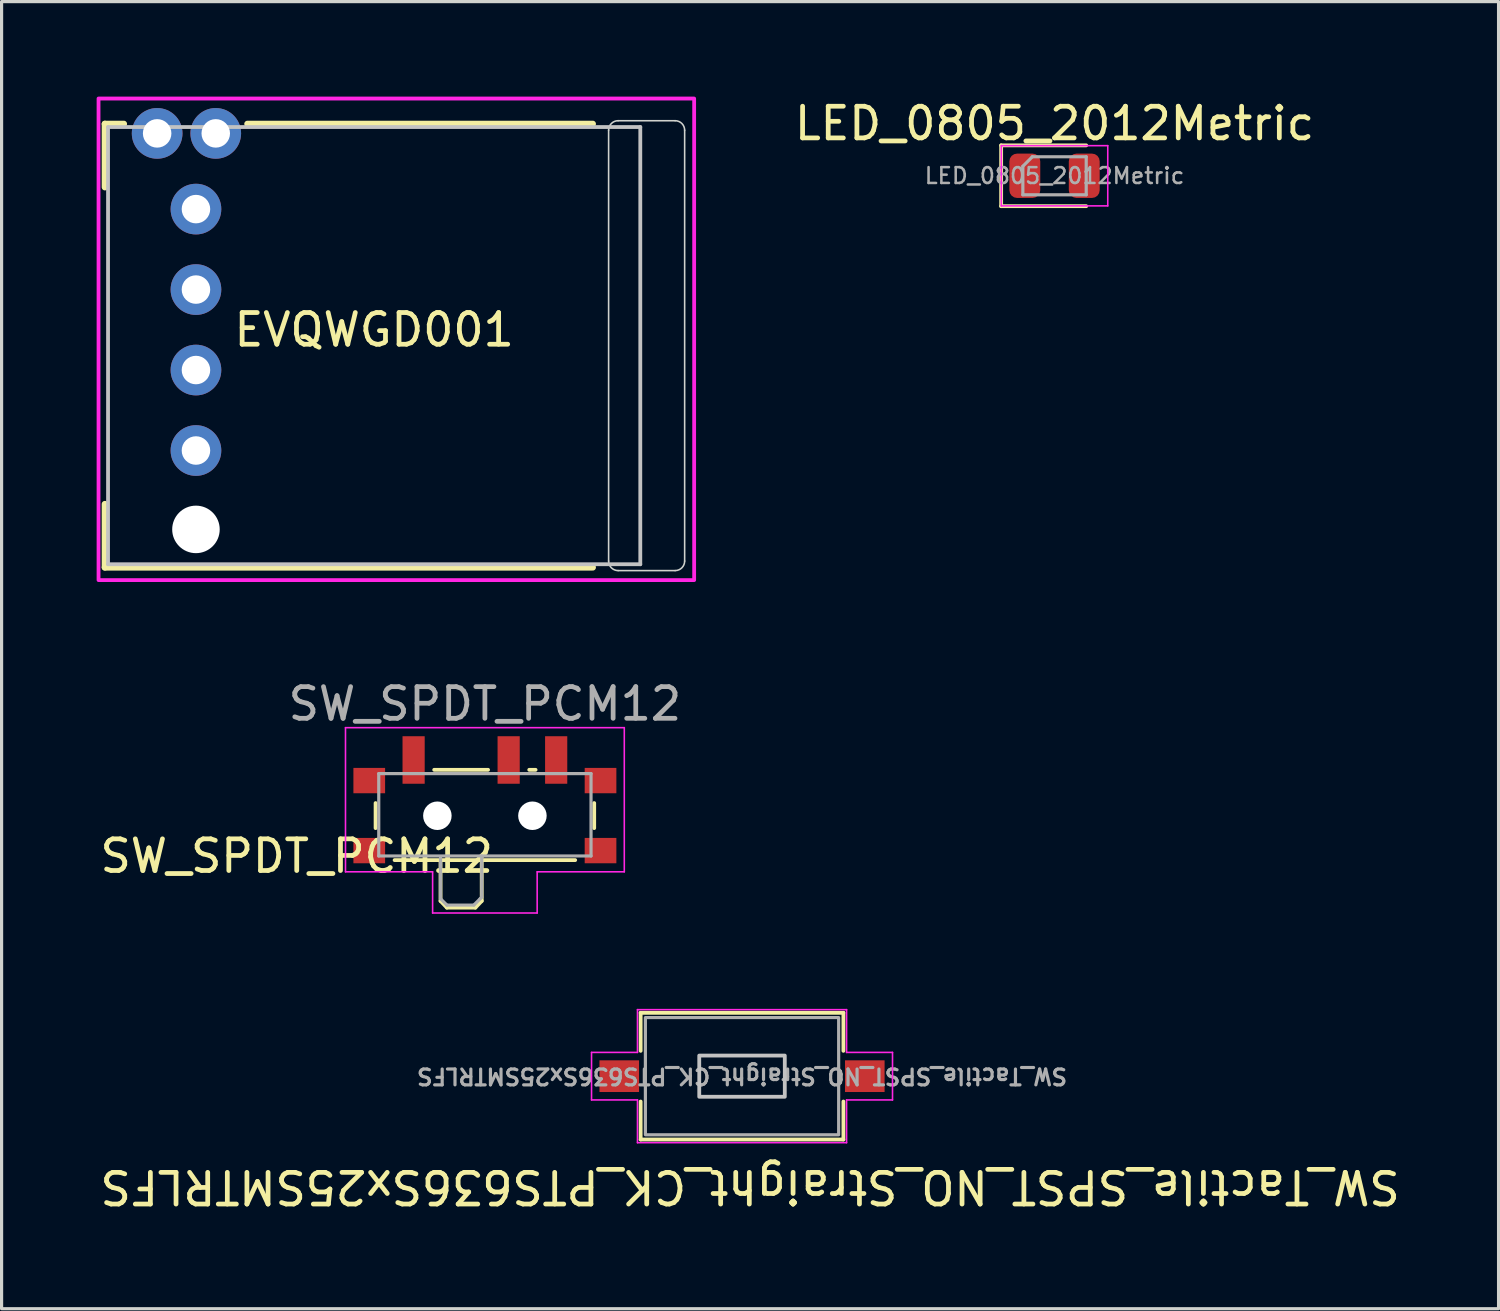
<source format=kicad_pcb>
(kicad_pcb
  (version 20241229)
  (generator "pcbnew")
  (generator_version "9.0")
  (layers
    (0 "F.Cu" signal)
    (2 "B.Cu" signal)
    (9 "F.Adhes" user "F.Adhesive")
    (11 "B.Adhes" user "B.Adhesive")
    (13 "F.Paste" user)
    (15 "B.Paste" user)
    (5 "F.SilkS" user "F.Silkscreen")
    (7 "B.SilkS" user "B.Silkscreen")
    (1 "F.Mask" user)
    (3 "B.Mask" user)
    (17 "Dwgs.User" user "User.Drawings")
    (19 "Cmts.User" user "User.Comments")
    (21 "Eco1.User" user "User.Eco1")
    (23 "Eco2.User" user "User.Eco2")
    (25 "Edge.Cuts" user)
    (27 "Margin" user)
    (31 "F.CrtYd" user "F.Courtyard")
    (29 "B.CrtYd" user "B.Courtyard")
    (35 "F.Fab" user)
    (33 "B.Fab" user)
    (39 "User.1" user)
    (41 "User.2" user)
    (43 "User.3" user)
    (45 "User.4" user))
  (footprint "EVQWGD001"
    (layer "F.Cu")
    (at 8.76 7.36)
    (property "Reference" "EVQWGD001" (at 0 0 0) (layer "F.SilkS") (effects (font (size 1 1) (thickness 0.15))))
    (attr through_hole)
    (fp_line (start -8.5 -6.5) (end -8.5 -4.5) (stroke (width 0.2) (type solid)) (layer "F.SilkS"))
    (fp_line (start -8.5 5.5) (end -8.5 7.5) (stroke (width 0.2) (type solid)) (layer "F.SilkS"))
    (fp_line (start -8.5 7.5) (end 6.9 7.5) (stroke (width 0.2) (type solid)) (layer "F.SilkS"))
    (fp_line (start -7.9 -6.5) (end -8.5 -6.5) (stroke (width 0.2) (type solid)) (layer "F.SilkS"))
    (fp_line (start 6.9 -6.5) (end -4 -6.5) (stroke (width 0.2) (type solid)) (layer "F.SilkS"))
    (fp_line (start -8.4 -6.4) (end 8.4 -6.4) (stroke (width 0.12) (type solid)) (layer "Dwgs.User"))
    (fp_line (start -8.4 7.4) (end -8.4 -6.4) (stroke (width 0.12) (type solid)) (layer "Dwgs.User"))
    (fp_line (start 8.4 -6.4) (end 8.4 7.4) (stroke (width 0.12) (type solid)) (layer "Dwgs.User"))
    (fp_line (start 8.4 7.4) (end -8.4 7.4) (stroke (width 0.12) (type solid)) (layer "Dwgs.User"))
    (fp_line (start 7.4 -6.3) (end 7.4 7.3) (stroke (width 0.05) (type solid)) (layer "Edge.Cuts"))
    (fp_line (start 7.7 7.6) (end 9.5 7.6) (stroke (width 0.05) (type solid)) (layer "Edge.Cuts"))
    (fp_line (start 9.5 -6.6) (end 7.7 -6.6) (stroke (width 0.05) (type solid)) (layer "Edge.Cuts"))
    (fp_line (start 9.8 7.3) (end 9.8 -6.3) (stroke (width 0.05) (type solid)) (layer "Edge.Cuts"))
    (fp_arc (start 7.4 -6.3) (mid 7.487868 -6.512132) (end 7.7 -6.6) (stroke (width 0.05) (type solid)) (layer "Edge.Cuts"))
    (fp_arc (start 7.7 7.6) (mid 7.487868 7.512132) (end 7.4 7.3) (stroke (width 0.05) (type solid)) (layer "Edge.Cuts"))
    (fp_arc (start 9.5 -6.6) (mid 9.712132 -6.512132) (end 9.8 -6.3) (stroke (width 0.05) (type solid)) (layer "Edge.Cuts"))
    (fp_arc (start 9.8 7.3) (mid 9.712132 7.512132) (end 9.5 7.6) (stroke (width 0.05) (type solid)) (layer "Edge.Cuts"))
    (fp_rect (start 10.1 7.9) (end -8.7 -7.3) (stroke (width 0.12) (type default)) (fill no) (layer "F.CrtYd"))
    (pad "" np_thru_hole circle (at -5.625 6.3) (size 1.5 1.5) (drill 1.5) (layers "*.Cu" "*.Mask"))
    (pad "A" thru_hole circle (at -5.625 -3.81) (size 1.6 1.6) (drill 0.9) (layers "*.Cu" "*.Mask"))
    (pad "B" thru_hole circle (at -5.625 -1.27) (size 1.6 1.6) (drill 0.9) (layers "*.Cu" "*.Mask"))
    (pad "C" thru_hole circle (at -5.625 1.27) (size 1.6 1.6) (drill 0.9) (layers "*.Cu" "*.Mask"))
    (pad "D" thru_hole circle (at -5.625 3.81) (size 1.6 1.6) (drill 0.9) (layers "*.Cu" "*.Mask"))
    (pad "S1" thru_hole circle (at -6.85 -6.2) (size 1.6 1.6) (drill 0.9) (layers "*.Cu" "*.Mask"))
    (pad "S2" thru_hole circle (at -5 -6.2) (size 1.6 1.6) (drill 0.9) (layers "*.Cu" "*.Mask")))
  (footprint "LED_0805_2012Metric"
    (layer "F.Cu")
    (at 30.235 2.498)
    (property "Reference" "LED_0805_2012Metric" (at 0 -1.65 0) (layer "F.SilkS") (effects (font (size 1 1) (thickness 0.15))))
    (attr smd)
    (fp_line (start -1.685 -0.96) (end -1.685 0.96) (stroke (width 0.12) (type solid)) (layer "F.SilkS"))
    (fp_line (start -1.685 0.96) (end 1 0.96) (stroke (width 0.12) (type solid)) (layer "F.SilkS"))
    (fp_line (start 1 -0.96) (end -1.685 -0.96) (stroke (width 0.12) (type solid)) (layer "F.SilkS"))
    (fp_line (start -1.68 -0.95) (end 1.68 -0.95) (stroke (width 0.05) (type solid)) (layer "F.CrtYd"))
    (fp_line (start -1.68 0.95) (end -1.68 -0.95) (stroke (width 0.05) (type solid)) (layer "F.CrtYd"))
    (fp_line (start 1.68 -0.95) (end 1.68 0.95) (stroke (width 0.05) (type solid)) (layer "F.CrtYd"))
    (fp_line (start 1.68 0.95) (end -1.68 0.95) (stroke (width 0.05) (type solid)) (layer "F.CrtYd"))
    (fp_line (start -1 -0.3) (end -1 0.6) (stroke (width 0.1) (type solid)) (layer "F.Fab"))
    (fp_line (start -1 0.6) (end 1 0.6) (stroke (width 0.1) (type solid)) (layer "F.Fab"))
    (fp_line (start -0.7 -0.6) (end -1 -0.3) (stroke (width 0.1) (type solid)) (layer "F.Fab"))
    (fp_line (start 1 -0.6) (end -0.7 -0.6) (stroke (width 0.1) (type solid)) (layer "F.Fab"))
    (fp_line (start 1 0.6) (end 1 -0.6) (stroke (width 0.1) (type solid)) (layer "F.Fab"))
    (fp_text user "${REFERENCE}" (at 0 0 0) (layer "F.Fab") (effects (font (size 0.5 0.5) (thickness 0.08))))
    (pad "1" smd roundrect (at -0.938 0) (size 0.975 1.4) (layers "F.Cu" "F.Mask" "F.Paste") (roundrect_rratio 0.25))
    (pad "2" smd roundrect (at 0.938 0) (size 0.975 1.4) (layers "F.Cu" "F.Mask" "F.Paste") (roundrect_rratio 0.25)))
  (footprint "SW_SPDT_PCM12"
    (layer "F.Cu")
    (at 12.255 22.368)
    (property "Reference" "SW_SPDT_PCM12" (at -5.939 1.604 180) (layer "F.SilkS") (effects (font (size 1 1) (thickness 0.15))))
    (attr smd)
    (fp_line (start -3.45 -0.07) (end -3.45 0.72) (stroke (width 0.12) (type solid)) (layer "F.SilkS"))
    (fp_line (start -2.85 1.73) (end 2.85 1.73) (stroke (width 0.12) (type solid)) (layer "F.SilkS"))
    (fp_line (start -1.6 -1.12) (end 0.1 -1.12) (stroke (width 0.12) (type solid)) (layer "F.SilkS"))
    (fp_line (start -1.4 1.73) (end -1.4 3.02) (stroke (width 0.12) (type solid)) (layer "F.SilkS"))
    (fp_line (start -1.4 3.02) (end -1.2 3.23) (stroke (width 0.12) (type solid)) (layer "F.SilkS"))
    (fp_line (start -1.2 3.23) (end -0.3 3.23) (stroke (width 0.12) (type solid)) (layer "F.SilkS"))
    (fp_line (start -0.1 3.02) (end -0.3 3.23) (stroke (width 0.12) (type solid)) (layer "F.SilkS"))
    (fp_line (start -0.1 3.02) (end -0.1 1.73) (stroke (width 0.12) (type solid)) (layer "F.SilkS"))
    (fp_line (start 1.4 -1.12) (end 1.6 -1.12) (stroke (width 0.12) (type solid)) (layer "F.SilkS"))
    (fp_line (start 3.45 0.72) (end 3.45 -0.07) (stroke (width 0.12) (type solid)) (layer "F.SilkS"))
    (fp_line (start -4.4 -2.45) (end 4.4 -2.45) (stroke (width 0.05) (type solid)) (layer "F.CrtYd"))
    (fp_line (start -4.4 2.1) (end -4.4 -2.45) (stroke (width 0.05) (type solid)) (layer "F.CrtYd"))
    (fp_line (start -1.65 2.1) (end -4.4 2.1) (stroke (width 0.05) (type solid)) (layer "F.CrtYd"))
    (fp_line (start -1.65 3.4) (end -1.65 2.1) (stroke (width 0.05) (type solid)) (layer "F.CrtYd"))
    (fp_line (start 1.65 2.1) (end 1.65 3.4) (stroke (width 0.05) (type solid)) (layer "F.CrtYd"))
    (fp_line (start 1.65 3.4) (end -1.65 3.4) (stroke (width 0.05) (type solid)) (layer "F.CrtYd"))
    (fp_line (start 4.4 -2.45) (end 4.4 2.1) (stroke (width 0.05) (type solid)) (layer "F.CrtYd"))
    (fp_line (start 4.4 2.1) (end 1.65 2.1) (stroke (width 0.05) (type solid)) (layer "F.CrtYd"))
    (fp_line (start -3.35 -1) (end -3.35 1.6) (stroke (width 0.1) (type solid)) (layer "F.Fab"))
    (fp_line (start -3.35 1.6) (end 3.35 1.6) (stroke (width 0.1) (type solid)) (layer "F.Fab"))
    (fp_line (start -1.4 1.65) (end -1.4 2.95) (stroke (width 0.1) (type solid)) (layer "F.Fab"))
    (fp_line (start -1.4 2.95) (end -1.2 3.15) (stroke (width 0.1) (type solid)) (layer "F.Fab"))
    (fp_line (start -1.2 3.15) (end -0.35 3.15) (stroke (width 0.1) (type solid)) (layer "F.Fab"))
    (fp_line (start -0.35 3.15) (end -0.15 2.95) (stroke (width 0.1) (type solid)) (layer "F.Fab"))
    (fp_line (start -0.15 2.95) (end -0.1 2.9) (stroke (width 0.1) (type solid)) (layer "F.Fab"))
    (fp_line (start -0.1 2.9) (end -0.1 1.6) (stroke (width 0.1) (type solid)) (layer "F.Fab"))
    (fp_line (start 3.35 -1) (end -3.35 -1) (stroke (width 0.1) (type solid)) (layer "F.Fab"))
    (fp_line (start 3.35 1.6) (end 3.35 -1) (stroke (width 0.1) (type solid)) (layer "F.Fab"))
    (fp_text user "${REFERENCE}" (at 0 -3.2 180) (layer "F.Fab") (effects (font (size 1 1) (thickness 0.15))))
    (pad "" smd rect (at -3.65 -0.78) (size 1 0.8) (layers "F.Cu" "F.Mask" "F.Paste"))
    (pad "" smd rect (at -3.65 1.43) (size 1 0.8) (layers "F.Cu" "F.Mask" "F.Paste"))
    (pad "" np_thru_hole circle (at -1.5 0.33) (size 0.9 0.9) (drill 0.9) (layers "*.Cu" "*.Mask"))
    (pad "" np_thru_hole circle (at 1.5 0.33) (size 0.9 0.9) (drill 0.9) (layers "*.Cu" "*.Mask"))
    (pad "" smd rect (at 3.65 -0.78) (size 1 0.8) (layers "F.Cu" "F.Mask" "F.Paste"))
    (pad "" smd rect (at 3.65 1.43) (size 1 0.8) (layers "F.Cu" "F.Mask" "F.Paste"))
    (pad "1" smd rect (at -2.25 -1.43) (size 0.7 1.5) (layers "F.Cu" "F.Mask" "F.Paste"))
    (pad "2" smd rect (at 0.75 -1.43) (size 0.7 1.5) (layers "F.Cu" "F.Mask" "F.Paste"))
    (pad "3" smd rect (at 2.25 -1.43) (size 0.7 1.5) (layers "F.Cu" "F.Mask" "F.Paste")))
  (footprint "SW_Tactile_SPST_NO_Straight_CK_PTS636Sx25SMTRLFS"
    (layer "F.Cu")
    (at 20.371 30.918)
    (property "Reference" "SW_Tactile_SPST_NO_Straight_CK_PTS636Sx25SMTRLFS" (at 0.254 3.491 180) (unlocked yes) (layer "F.SilkS") (effects (font (size 1 1) (thickness 0.15))))
    (attr smd)
    (fp_line (start -3.2 -2) (end -3.2 -0.8) (stroke (width 0.12) (type solid)) (layer "F.SilkS"))
    (fp_line (start -3.2 0.8) (end -3.2 2) (stroke (width 0.12) (type solid)) (layer "F.SilkS"))
    (fp_line (start -3.2 2) (end 3.2 2) (stroke (width 0.12) (type solid)) (layer "F.SilkS"))
    (fp_line (start 3.2 -2) (end -3.2 -2) (stroke (width 0.12) (type solid)) (layer "F.SilkS"))
    (fp_line (start 3.2 -0.8) (end 3.2 -2) (stroke (width 0.12) (type solid)) (layer "F.SilkS"))
    (fp_line (start 3.2 2) (end 3.2 0.8) (stroke (width 0.12) (type solid)) (layer "F.SilkS"))
    (fp_rect (start -1.35 -0.65) (end 1.35 0.65) (stroke (width 0.12) (type solid)) (fill no) (layer "Dwgs.User"))
    (fp_line (start -4.75 -0.75) (end -3.3 -0.75) (stroke (width 0.05) (type solid)) (layer "F.CrtYd"))
    (fp_line (start -4.75 0.75) (end -4.75 -0.75) (stroke (width 0.05) (type solid)) (layer "F.CrtYd"))
    (fp_line (start -3.3 -2.1) (end 3.3 -2.1) (stroke (width 0.05) (type solid)) (layer "F.CrtYd"))
    (fp_line (start -3.3 -0.75) (end -3.3 -2.1) (stroke (width 0.05) (type solid)) (layer "F.CrtYd"))
    (fp_line (start -3.3 0.75) (end -4.75 0.75) (stroke (width 0.05) (type solid)) (layer "F.CrtYd"))
    (fp_line (start -3.3 2.1) (end -3.3 0.75) (stroke (width 0.05) (type solid)) (layer "F.CrtYd"))
    (fp_line (start 3.3 -2.1) (end 3.3 -0.75) (stroke (width 0.05) (type solid)) (layer "F.CrtYd"))
    (fp_line (start 3.3 -0.75) (end 4.75 -0.75) (stroke (width 0.05) (type solid)) (layer "F.CrtYd"))
    (fp_line (start 3.3 0.75) (end 3.3 2.1) (stroke (width 0.05) (type solid)) (layer "F.CrtYd"))
    (fp_line (start 3.3 2.1) (end -3.3 2.1) (stroke (width 0.05) (type solid)) (layer "F.CrtYd"))
    (fp_line (start 4.75 -0.75) (end 4.75 0.75) (stroke (width 0.05) (type solid)) (layer "F.CrtYd"))
    (fp_line (start 4.75 0.75) (end 3.3 0.75) (stroke (width 0.05) (type solid)) (layer "F.CrtYd"))
    (fp_rect (start -3.05 -1.85) (end 3.05 1.85) (stroke (width 0.1) (type solid)) (fill no) (layer "F.Fab"))
    (fp_text user "${REFERENCE}" (at 0 0 180) (unlocked yes) (layer "F.Fab") (effects (font (size 0.5 0.5) (thickness 0.1))))
    (pad "1" smd rect (at -3.875 0 180) (size 1.25 1) (layers "F.Cu" "F.Mask" "F.Paste"))
    (pad "2" smd rect (at 3.875 0 180) (size 1.25 1) (layers "F.Cu" "F.Mask" "F.Paste")))
  (gr_rect
    (start -3 -3)
    (end 44.25 38.258)
    (stroke (width 0.1) (type default))
    (fill no)
    (layer "Edge.Cuts")))
</source>
